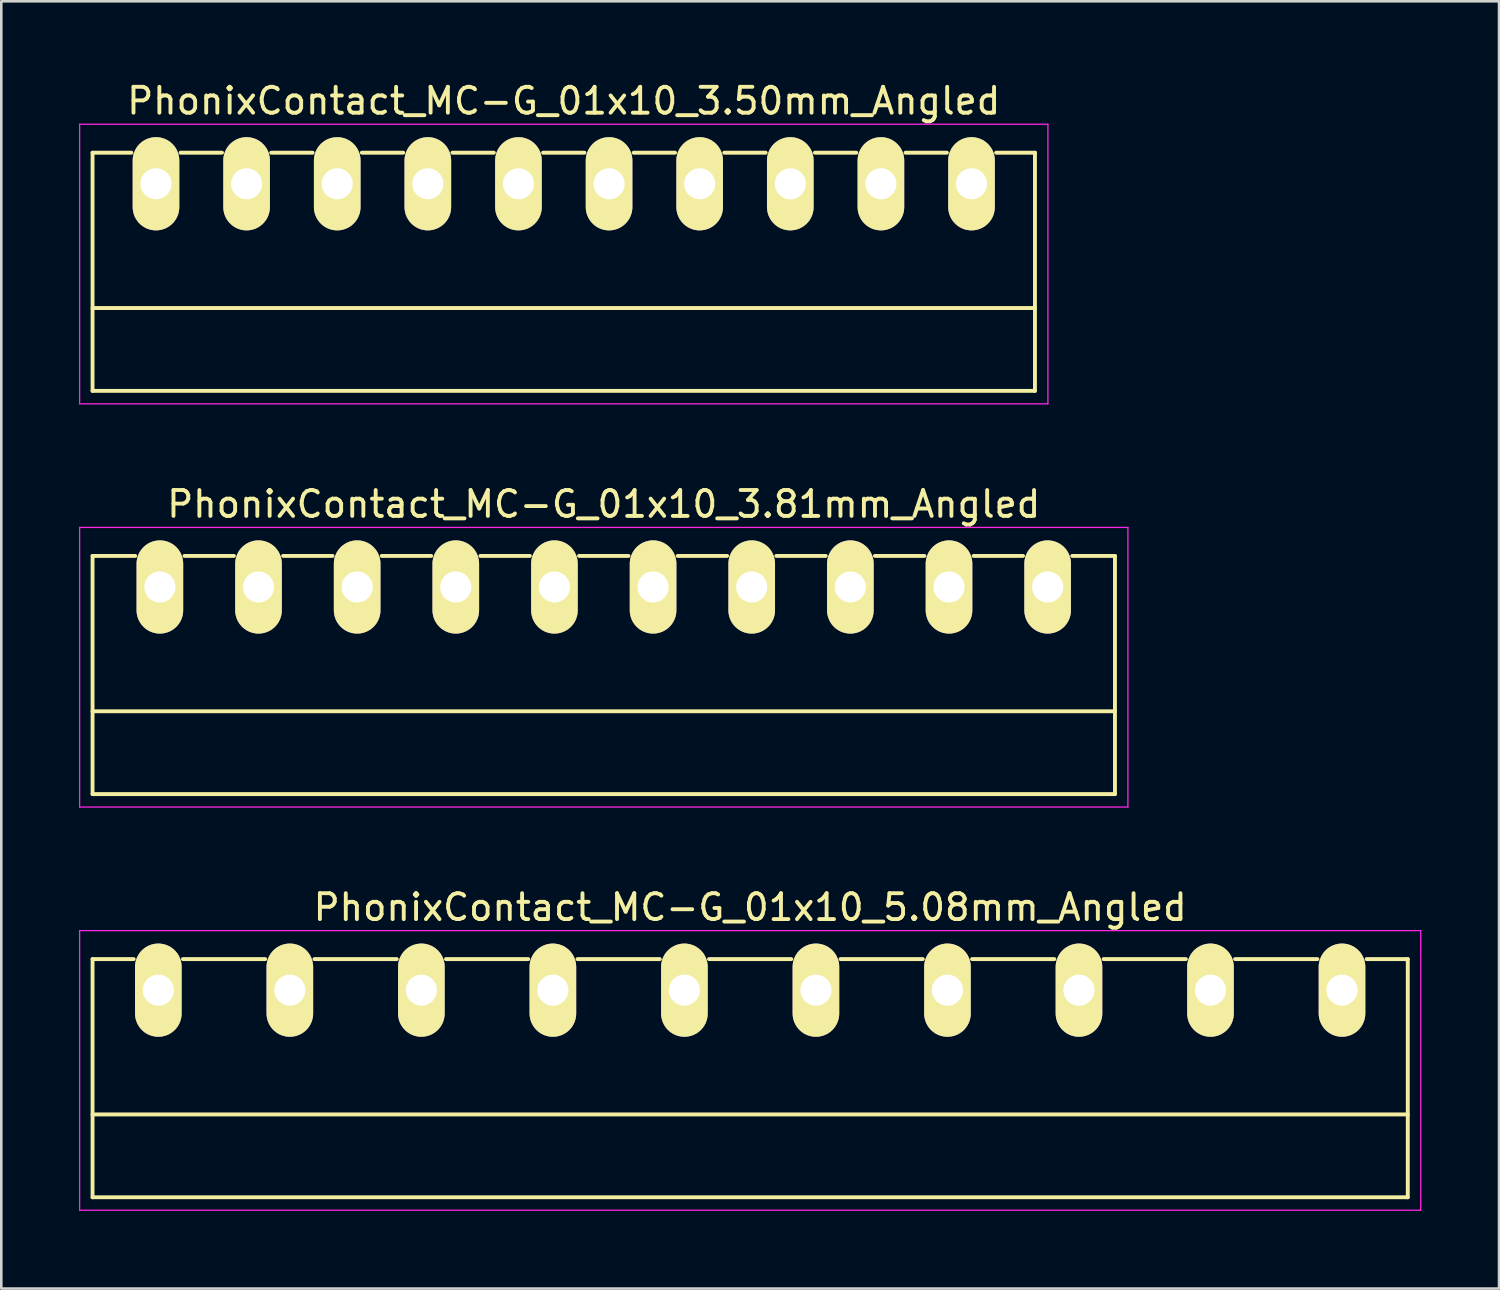
<source format=kicad_pcb>
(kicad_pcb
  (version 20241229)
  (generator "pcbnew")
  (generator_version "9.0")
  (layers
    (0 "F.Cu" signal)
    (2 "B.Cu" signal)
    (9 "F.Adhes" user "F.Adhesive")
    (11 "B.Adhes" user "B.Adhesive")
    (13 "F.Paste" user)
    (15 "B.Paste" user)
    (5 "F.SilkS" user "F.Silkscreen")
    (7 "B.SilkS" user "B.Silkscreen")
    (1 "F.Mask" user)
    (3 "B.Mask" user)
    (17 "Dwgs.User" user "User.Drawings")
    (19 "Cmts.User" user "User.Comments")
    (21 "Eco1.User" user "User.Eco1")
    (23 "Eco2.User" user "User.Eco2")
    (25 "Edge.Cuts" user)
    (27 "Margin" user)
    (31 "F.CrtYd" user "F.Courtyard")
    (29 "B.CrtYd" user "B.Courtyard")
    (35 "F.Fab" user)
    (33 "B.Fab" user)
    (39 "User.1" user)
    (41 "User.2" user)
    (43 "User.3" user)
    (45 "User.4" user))
  (footprint "PhonixContact_MC-G_01x10_5.08mm_Angled"
    (layer "F.Cu")
    (at 3.065 35.195)
    (property "Reference" "PhonixContact_MC-G_01x10_5.08mm_Angled" (at 22.86 -3.2 0) (layer "F.SilkS") (effects (font (size 1 1) (thickness 0.15))))
    (attr through_hole)
    (fp_line (start -2.54 -1.2) (end -2.54 8) (stroke (width 0.15) (type solid)) (layer "F.SilkS"))
    (fp_line (start -2.54 -1.2) (end -0.95 -1.2) (stroke (width 0.15) (type solid)) (layer "F.SilkS"))
    (fp_line (start -2.54 4.8) (end 48.26 4.8) (stroke (width 0.15) (type solid)) (layer "F.SilkS"))
    (fp_line (start -2.54 8) (end 48.26 8) (stroke (width 0.15) (type solid)) (layer "F.SilkS"))
    (fp_line (start 0.95 -1.2) (end 4.13 -1.2) (stroke (width 0.15) (type solid)) (layer "F.SilkS"))
    (fp_line (start 6.03 -1.2) (end 9.21 -1.2) (stroke (width 0.15) (type solid)) (layer "F.SilkS"))
    (fp_line (start 11.11 -1.2) (end 14.29 -1.2) (stroke (width 0.15) (type solid)) (layer "F.SilkS"))
    (fp_line (start 16.19 -1.2) (end 19.37 -1.2) (stroke (width 0.15) (type solid)) (layer "F.SilkS"))
    (fp_line (start 21.27 -1.2) (end 24.45 -1.2) (stroke (width 0.15) (type solid)) (layer "F.SilkS"))
    (fp_line (start 26.35 -1.2) (end 29.53 -1.2) (stroke (width 0.15) (type solid)) (layer "F.SilkS"))
    (fp_line (start 31.43 -1.2) (end 34.61 -1.2) (stroke (width 0.15) (type solid)) (layer "F.SilkS"))
    (fp_line (start 36.51 -1.2) (end 39.69 -1.2) (stroke (width 0.15) (type solid)) (layer "F.SilkS"))
    (fp_line (start 41.59 -1.2) (end 44.77 -1.2) (stroke (width 0.15) (type solid)) (layer "F.SilkS"))
    (fp_line (start 48.26 -1.2) (end 46.67 -1.2) (stroke (width 0.15) (type solid)) (layer "F.SilkS"))
    (fp_line (start 48.26 8) (end 48.26 -1.2) (stroke (width 0.15) (type solid)) (layer "F.SilkS"))
    (fp_line (start -3.04 -2.3) (end -3.04 8.5) (stroke (width 0.05) (type solid)) (layer "F.CrtYd"))
    (fp_line (start -3.04 8.5) (end 48.76 8.5) (stroke (width 0.05) (type solid)) (layer "F.CrtYd"))
    (fp_line (start 48.76 -2.3) (end -3.04 -2.3) (stroke (width 0.05) (type solid)) (layer "F.CrtYd"))
    (fp_line (start 48.76 8.5) (end 48.76 -2.3) (stroke (width 0.05) (type solid)) (layer "F.CrtYd"))
    (pad "1" thru_hole oval (at 0 0) (size 1.8 3.6) (drill 1.2) (layers "*.Cu" "*.Mask" "F.SilkS"))
    (pad "2" thru_hole oval (at 5.08 0) (size 1.8 3.6) (drill 1.2) (layers "*.Cu" "*.Mask" "F.SilkS"))
    (pad "3" thru_hole oval (at 10.16 0) (size 1.8 3.6) (drill 1.2) (layers "*.Cu" "*.Mask" "F.SilkS"))
    (pad "4" thru_hole oval (at 15.24 0) (size 1.8 3.6) (drill 1.2) (layers "*.Cu" "*.Mask" "F.SilkS"))
    (pad "5" thru_hole oval (at 20.32 0) (size 1.8 3.6) (drill 1.2) (layers "*.Cu" "*.Mask" "F.SilkS"))
    (pad "6" thru_hole oval (at 25.4 0) (size 1.8 3.6) (drill 1.2) (layers "*.Cu" "*.Mask" "F.SilkS"))
    (pad "7" thru_hole oval (at 30.48 0) (size 1.8 3.6) (drill 1.2) (layers "*.Cu" "*.Mask" "F.SilkS"))
    (pad "8" thru_hole oval (at 35.56 0) (size 1.8 3.6) (drill 1.2) (layers "*.Cu" "*.Mask" "F.SilkS"))
    (pad "9" thru_hole oval (at 40.64 0) (size 1.8 3.6) (drill 1.2) (layers "*.Cu" "*.Mask" "F.SilkS"))
    (pad "10" thru_hole oval (at 45.72 0) (size 1.8 3.6) (drill 1.2) (layers "*.Cu" "*.Mask" "F.SilkS")))
  (footprint "PhonixContact_MC-G_01x10_3.50mm_Angled"
    (layer "F.Cu")
    (at 2.975 4.048)
    (property "Reference" "PhonixContact_MC-G_01x10_3.50mm_Angled" (at 15.75 -3.2 0) (layer "F.SilkS") (effects (font (size 1 1) (thickness 0.15))))
    (attr through_hole)
    (fp_line (start -2.45 -1.2) (end -2.45 8) (stroke (width 0.15) (type solid)) (layer "F.SilkS"))
    (fp_line (start -2.45 -1.2) (end -0.95 -1.2) (stroke (width 0.15) (type solid)) (layer "F.SilkS"))
    (fp_line (start -2.45 4.8) (end 33.95 4.8) (stroke (width 0.15) (type solid)) (layer "F.SilkS"))
    (fp_line (start -2.45 8) (end 33.95 8) (stroke (width 0.15) (type solid)) (layer "F.SilkS"))
    (fp_line (start 0.95 -1.2) (end 2.55 -1.2) (stroke (width 0.15) (type solid)) (layer "F.SilkS"))
    (fp_line (start 4.45 -1.2) (end 6.05 -1.2) (stroke (width 0.15) (type solid)) (layer "F.SilkS"))
    (fp_line (start 7.95 -1.2) (end 9.55 -1.2) (stroke (width 0.15) (type solid)) (layer "F.SilkS"))
    (fp_line (start 11.45 -1.2) (end 13.05 -1.2) (stroke (width 0.15) (type solid)) (layer "F.SilkS"))
    (fp_line (start 14.95 -1.2) (end 16.55 -1.2) (stroke (width 0.15) (type solid)) (layer "F.SilkS"))
    (fp_line (start 18.45 -1.2) (end 20.05 -1.2) (stroke (width 0.15) (type solid)) (layer "F.SilkS"))
    (fp_line (start 21.95 -1.2) (end 23.55 -1.2) (stroke (width 0.15) (type solid)) (layer "F.SilkS"))
    (fp_line (start 25.45 -1.2) (end 27.05 -1.2) (stroke (width 0.15) (type solid)) (layer "F.SilkS"))
    (fp_line (start 28.95 -1.2) (end 30.55 -1.2) (stroke (width 0.15) (type solid)) (layer "F.SilkS"))
    (fp_line (start 33.95 -1.2) (end 32.45 -1.2) (stroke (width 0.15) (type solid)) (layer "F.SilkS"))
    (fp_line (start 33.95 8) (end 33.95 -1.2) (stroke (width 0.15) (type solid)) (layer "F.SilkS"))
    (fp_line (start -2.95 -2.3) (end -2.95 8.5) (stroke (width 0.05) (type solid)) (layer "F.CrtYd"))
    (fp_line (start -2.95 8.5) (end 34.45 8.5) (stroke (width 0.05) (type solid)) (layer "F.CrtYd"))
    (fp_line (start 34.45 -2.3) (end -2.95 -2.3) (stroke (width 0.05) (type solid)) (layer "F.CrtYd"))
    (fp_line (start 34.45 8.5) (end 34.45 -2.3) (stroke (width 0.05) (type solid)) (layer "F.CrtYd"))
    (pad "1" thru_hole oval (at 0 0) (size 1.8 3.6) (drill 1.2) (layers "*.Cu" "*.Mask" "F.SilkS"))
    (pad "2" thru_hole oval (at 3.5 0) (size 1.8 3.6) (drill 1.2) (layers "*.Cu" "*.Mask" "F.SilkS"))
    (pad "3" thru_hole oval (at 7 0) (size 1.8 3.6) (drill 1.2) (layers "*.Cu" "*.Mask" "F.SilkS"))
    (pad "4" thru_hole oval (at 10.5 0) (size 1.8 3.6) (drill 1.2) (layers "*.Cu" "*.Mask" "F.SilkS"))
    (pad "5" thru_hole oval (at 14 0) (size 1.8 3.6) (drill 1.2) (layers "*.Cu" "*.Mask" "F.SilkS"))
    (pad "6" thru_hole oval (at 17.5 0) (size 1.8 3.6) (drill 1.2) (layers "*.Cu" "*.Mask" "F.SilkS"))
    (pad "7" thru_hole oval (at 21 0) (size 1.8 3.6) (drill 1.2) (layers "*.Cu" "*.Mask" "F.SilkS"))
    (pad "8" thru_hole oval (at 24.5 0) (size 1.8 3.6) (drill 1.2) (layers "*.Cu" "*.Mask" "F.SilkS"))
    (pad "9" thru_hole oval (at 28 0) (size 1.8 3.6) (drill 1.2) (layers "*.Cu" "*.Mask" "F.SilkS"))
    (pad "10" thru_hole oval (at 31.5 0) (size 1.8 3.6) (drill 1.2) (layers "*.Cu" "*.Mask" "F.SilkS")))
  (footprint "PhonixContact_MC-G_01x10_3.81mm_Angled"
    (layer "F.Cu")
    (at 3.125 19.622)
    (property "Reference" "PhonixContact_MC-G_01x10_3.81mm_Angled" (at 17.145 -3.2 0) (layer "F.SilkS") (effects (font (size 1 1) (thickness 0.15))))
    (attr through_hole)
    (fp_line (start -2.6 -1.2) (end -2.6 8) (stroke (width 0.15) (type solid)) (layer "F.SilkS"))
    (fp_line (start -2.6 -1.2) (end -0.95 -1.2) (stroke (width 0.15) (type solid)) (layer "F.SilkS"))
    (fp_line (start -2.6 4.8) (end 36.89 4.8) (stroke (width 0.15) (type solid)) (layer "F.SilkS"))
    (fp_line (start -2.6 8) (end 36.89 8) (stroke (width 0.15) (type solid)) (layer "F.SilkS"))
    (fp_line (start 0.95 -1.2) (end 2.86 -1.2) (stroke (width 0.15) (type solid)) (layer "F.SilkS"))
    (fp_line (start 4.76 -1.2) (end 6.67 -1.2) (stroke (width 0.15) (type solid)) (layer "F.SilkS"))
    (fp_line (start 8.57 -1.2) (end 10.48 -1.2) (stroke (width 0.15) (type solid)) (layer "F.SilkS"))
    (fp_line (start 12.38 -1.2) (end 14.29 -1.2) (stroke (width 0.15) (type solid)) (layer "F.SilkS"))
    (fp_line (start 16.19 -1.2) (end 18.1 -1.2) (stroke (width 0.15) (type solid)) (layer "F.SilkS"))
    (fp_line (start 20 -1.2) (end 21.91 -1.2) (stroke (width 0.15) (type solid)) (layer "F.SilkS"))
    (fp_line (start 23.81 -1.2) (end 25.72 -1.2) (stroke (width 0.15) (type solid)) (layer "F.SilkS"))
    (fp_line (start 27.62 -1.2) (end 29.53 -1.2) (stroke (width 0.15) (type solid)) (layer "F.SilkS"))
    (fp_line (start 31.43 -1.2) (end 33.34 -1.2) (stroke (width 0.15) (type solid)) (layer "F.SilkS"))
    (fp_line (start 36.89 -1.2) (end 35.24 -1.2) (stroke (width 0.15) (type solid)) (layer "F.SilkS"))
    (fp_line (start 36.89 8) (end 36.89 -1.2) (stroke (width 0.15) (type solid)) (layer "F.SilkS"))
    (fp_line (start -3.1 -2.3) (end -3.1 8.5) (stroke (width 0.05) (type solid)) (layer "F.CrtYd"))
    (fp_line (start -3.1 8.5) (end 37.39 8.5) (stroke (width 0.05) (type solid)) (layer "F.CrtYd"))
    (fp_line (start 37.39 -2.3) (end -3.1 -2.3) (stroke (width 0.05) (type solid)) (layer "F.CrtYd"))
    (fp_line (start 37.39 8.5) (end 37.39 -2.3) (stroke (width 0.05) (type solid)) (layer "F.CrtYd"))
    (pad "1" thru_hole oval (at 0 0) (size 1.8 3.6) (drill 1.2) (layers "*.Cu" "*.Mask" "F.SilkS"))
    (pad "2" thru_hole oval (at 3.81 0) (size 1.8 3.6) (drill 1.2) (layers "*.Cu" "*.Mask" "F.SilkS"))
    (pad "3" thru_hole oval (at 7.62 0) (size 1.8 3.6) (drill 1.2) (layers "*.Cu" "*.Mask" "F.SilkS"))
    (pad "4" thru_hole oval (at 11.43 0) (size 1.8 3.6) (drill 1.2) (layers "*.Cu" "*.Mask" "F.SilkS"))
    (pad "5" thru_hole oval (at 15.24 0) (size 1.8 3.6) (drill 1.2) (layers "*.Cu" "*.Mask" "F.SilkS"))
    (pad "6" thru_hole oval (at 19.05 0) (size 1.8 3.6) (drill 1.2) (layers "*.Cu" "*.Mask" "F.SilkS"))
    (pad "7" thru_hole oval (at 22.86 0) (size 1.8 3.6) (drill 1.2) (layers "*.Cu" "*.Mask" "F.SilkS"))
    (pad "8" thru_hole oval (at 26.67 0) (size 1.8 3.6) (drill 1.2) (layers "*.Cu" "*.Mask" "F.SilkS"))
    (pad "9" thru_hole oval (at 30.48 0) (size 1.8 3.6) (drill 1.2) (layers "*.Cu" "*.Mask" "F.SilkS"))
    (pad "10" thru_hole oval (at 34.29 0) (size 1.8 3.6) (drill 1.2) (layers "*.Cu" "*.Mask" "F.SilkS")))
  (gr_rect
    (start -3 -3)
    (end 54.85 46.72)
    (stroke (width 0.1) (type default))
    (fill no)
    (layer "Edge.Cuts")))
</source>
